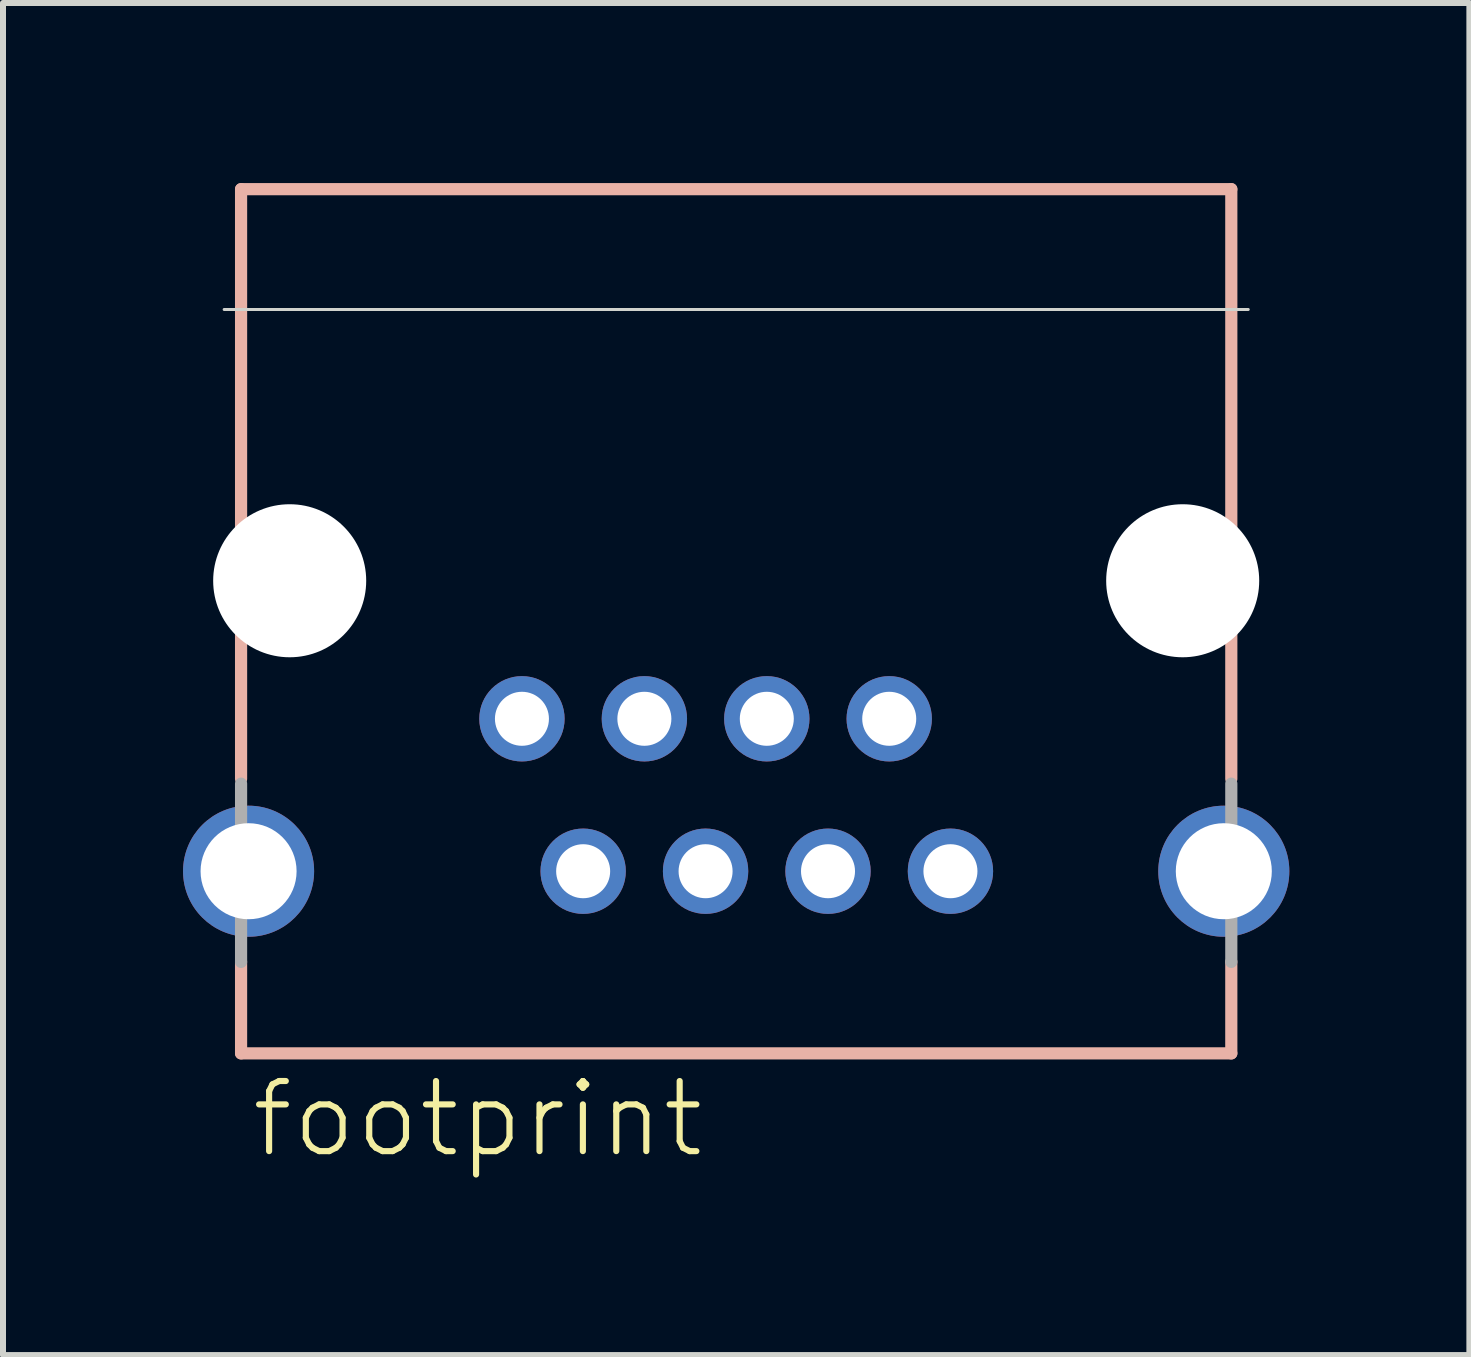
<source format=kicad_pcb>
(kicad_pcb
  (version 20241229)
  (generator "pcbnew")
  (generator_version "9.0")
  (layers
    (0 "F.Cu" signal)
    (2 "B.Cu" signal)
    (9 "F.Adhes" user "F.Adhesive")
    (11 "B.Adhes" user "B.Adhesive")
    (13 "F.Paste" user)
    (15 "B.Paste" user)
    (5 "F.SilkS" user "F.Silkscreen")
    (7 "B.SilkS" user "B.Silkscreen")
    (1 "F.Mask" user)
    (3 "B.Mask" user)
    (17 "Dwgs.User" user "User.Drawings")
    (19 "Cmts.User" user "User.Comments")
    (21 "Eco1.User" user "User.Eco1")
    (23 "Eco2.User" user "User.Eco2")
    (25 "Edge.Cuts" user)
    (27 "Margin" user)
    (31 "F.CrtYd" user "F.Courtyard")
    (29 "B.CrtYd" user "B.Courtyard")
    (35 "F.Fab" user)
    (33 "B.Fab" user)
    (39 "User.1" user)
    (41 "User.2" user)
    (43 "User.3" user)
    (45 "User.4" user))
  (footprint "footprint"
    (layer "F.Cu")
    (at 9.217 6.627)
    (property "Reference" "footprint" (at -8.128 9.652 0) (layer "F.SilkS") (effects (font (size 1.168 1.168) (thickness 0.102)) (justify left bottom)))
    (fp_line (start -8.25 -6.525) (end 8.25 -6.525) (stroke (width 0.203) (type solid)) (layer "B.SilkS"))
    (fp_line (start -8.25 3.302) (end -8.25 -6.525) (stroke (width 0.203) (type solid)) (layer "B.SilkS"))
    (fp_line (start -8.25 7.875) (end -8.25 6.35) (stroke (width 0.203) (type solid)) (layer "B.SilkS"))
    (fp_line (start 8.25 -6.525) (end 8.25 3.302) (stroke (width 0.203) (type solid)) (layer "B.SilkS"))
    (fp_line (start 8.25 6.35) (end 8.25 7.875) (stroke (width 0.203) (type solid)) (layer "B.SilkS"))
    (fp_line (start 8.25 7.875) (end -8.25 7.875) (stroke (width 0.203) (type solid)) (layer "B.SilkS"))
    (fp_line (start -8.532 -4.52) (end 8.532 -4.52) (stroke (width 0.05) (type solid)) (layer "Edge.Cuts"))
    (fp_line (start -8.25 6.351) (end -8.25 3.381) (stroke (width 0.203) (type solid)) (layer "F.Fab"))
    (fp_line (start 8.25 3.381) (end 8.25 6.351) (stroke (width 0.203) (type solid)) (layer "F.Fab"))
    (pad "" np_thru_hole circle (at -7.44 0) (size 2.55 2.55) (drill 2.55) (layers "*.Cu" "*.Mask"))
    (pad "" np_thru_hole circle (at 7.44 0) (size 2.55 2.55) (drill 2.55) (layers "*.Cu" "*.Mask"))
    (pad "1" thru_hole circle (at -3.57 2.3) (size 1.422 1.422) (drill 0.9) (layers "*.Cu" "*.Mask"))
    (pad "2" thru_hole circle (at -2.55 4.84) (size 1.422 1.422) (drill 0.9) (layers "*.Cu" "*.Mask"))
    (pad "3" thru_hole circle (at -1.53 2.3) (size 1.422 1.422) (drill 0.9) (layers "*.Cu" "*.Mask"))
    (pad "4" thru_hole circle (at -0.51 4.84) (size 1.422 1.422) (drill 0.9) (layers "*.Cu" "*.Mask"))
    (pad "5" thru_hole circle (at 0.51 2.3) (size 1.422 1.422) (drill 0.9) (layers "*.Cu" "*.Mask"))
    (pad "6" thru_hole circle (at 1.53 4.84) (size 1.422 1.422) (drill 0.9) (layers "*.Cu" "*.Mask"))
    (pad "7" thru_hole circle (at 2.55 2.3) (size 1.422 1.422) (drill 0.9) (layers "*.Cu" "*.Mask"))
    (pad "8" thru_hole circle (at 3.57 4.84) (size 1.422 1.422) (drill 0.9) (layers "*.Cu" "*.Mask"))
    (pad "S1" thru_hole circle (at -8.125 4.84) (size 2.184 2.184) (drill 1.6) (layers "*.Cu" "*.Mask"))
    (pad "S2" thru_hole circle (at 8.125 4.84) (size 2.184 2.184) (drill 1.6) (layers "*.Cu" "*.Mask")))
  (gr_rect
    (start -3 -3)
    (end 21.434 19.529)
    (stroke (width 0.1) (type default))
    (fill no)
    (layer "Edge.Cuts")))
</source>
